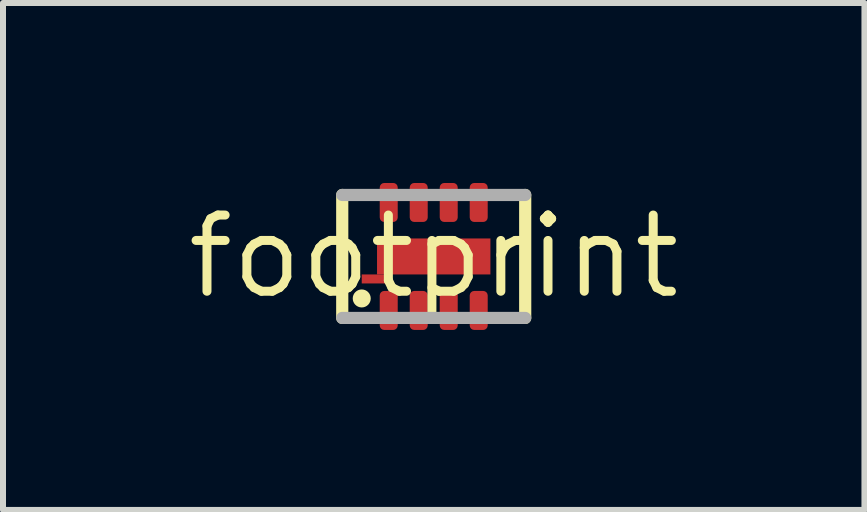
<source format=kicad_pcb>
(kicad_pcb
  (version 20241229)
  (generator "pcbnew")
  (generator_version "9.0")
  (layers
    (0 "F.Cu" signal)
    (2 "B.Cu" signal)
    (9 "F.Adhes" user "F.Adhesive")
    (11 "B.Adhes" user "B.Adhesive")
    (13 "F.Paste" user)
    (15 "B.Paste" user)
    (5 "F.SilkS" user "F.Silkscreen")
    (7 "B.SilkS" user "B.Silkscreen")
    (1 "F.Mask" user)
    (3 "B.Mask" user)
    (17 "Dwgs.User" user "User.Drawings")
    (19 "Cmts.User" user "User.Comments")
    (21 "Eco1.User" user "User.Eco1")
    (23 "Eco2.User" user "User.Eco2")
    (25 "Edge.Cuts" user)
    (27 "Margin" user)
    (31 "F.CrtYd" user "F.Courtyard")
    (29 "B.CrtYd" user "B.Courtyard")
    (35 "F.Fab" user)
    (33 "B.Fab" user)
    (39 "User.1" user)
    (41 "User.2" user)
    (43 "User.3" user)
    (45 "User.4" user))
  (footprint "footprint"
    (layer "F.Cu")
    (at 4.18 1.225)
    (property "Reference" "footprint" (at 0 0 0) (layer "F.SilkS") (effects (font (size 1.27 1.27) (thickness 0.15))))
    (fp_poly (pts (xy -1.225 0.475) (xy -0.775 0.475) (xy -0.775 0.275) (xy -1.225 0.275)) (stroke (width 0) (type solid)) (fill yes) (layer "F.Mask"))
    (fp_poly (pts (xy -0.975 0.325) (xy 0.975 0.325) (xy 0.975 -0.325) (xy -0.975 -0.325)) (stroke (width 0) (type solid)) (fill yes) (layer "F.Mask"))
    (fp_poly (pts (xy -0.9 1.225) (xy -0.6 1.225) (xy -0.6 0.575) (xy -0.9 0.575)) (stroke (width 0) (type solid)) (fill yes) (layer "F.Mask"))
    (fp_poly (pts (xy -0.6 -1.225) (xy -0.9 -1.225) (xy -0.9 -0.575) (xy -0.6 -0.575)) (stroke (width 0) (type solid)) (fill yes) (layer "F.Mask"))
    (fp_poly (pts (xy -0.4 1.225) (xy -0.1 1.225) (xy -0.1 0.575) (xy -0.4 0.575)) (stroke (width 0) (type solid)) (fill yes) (layer "F.Mask"))
    (fp_poly (pts (xy -0.1 -1.225) (xy -0.4 -1.225) (xy -0.4 -0.575) (xy -0.1 -0.575)) (stroke (width 0) (type solid)) (fill yes) (layer "F.Mask"))
    (fp_poly (pts (xy 0.1 1.225) (xy 0.4 1.225) (xy 0.4 0.575) (xy 0.1 0.575)) (stroke (width 0) (type solid)) (fill yes) (layer "F.Mask"))
    (fp_poly (pts (xy 0.4 -1.225) (xy 0.1 -1.225) (xy 0.1 -0.575) (xy 0.4 -0.575)) (stroke (width 0) (type solid)) (fill yes) (layer "F.Mask"))
    (fp_poly (pts (xy 0.6 1.225) (xy 0.9 1.225) (xy 0.9 0.575) (xy 0.6 0.575)) (stroke (width 0) (type solid)) (fill yes) (layer "F.Mask"))
    (fp_poly (pts (xy 0.9 -1.225) (xy 0.6 -1.225) (xy 0.6 -0.575) (xy 0.9 -0.575)) (stroke (width 0) (type solid)) (fill yes) (layer "F.Mask"))
    (fp_line (start -1.525 -1.025) (end -1.525 1.025) (stroke (width 0.203) (type solid)) (layer "F.SilkS"))
    (fp_line (start 1.525 1.025) (end 1.525 -1.025) (stroke (width 0.203) (type solid)) (layer "F.SilkS"))
    (fp_circle (center -1.2 0.7) (end -1.125 0.7) (stroke (width 0.15) (type solid)) (fill yes) (layer "F.SilkS"))
    (fp_poly (pts (xy -1.175 0.425) (xy -0.825 0.425) (xy -0.825 0.325) (xy -1.175 0.325)) (stroke (width 0) (type solid)) (fill yes) (layer "F.Paste"))
    (fp_poly (pts (xy -0.9 0.25) (xy 0.9 0.25) (xy 0.9 -0.25) (xy -0.9 -0.25)) (stroke (width 0) (type solid)) (fill yes) (layer "F.Paste"))
    (fp_poly (pts (xy -0.9 0.35) (xy -0.825 0.35) (xy -0.825 0.225) (xy -0.9 0.225)) (stroke (width 0) (type solid)) (fill yes) (layer "F.Paste"))
    (fp_poly (pts (xy -0.875 1.175) (xy -0.625 1.175) (xy -0.625 0.625) (xy -0.875 0.625)) (stroke (width 0) (type solid)) (fill yes) (layer "F.Paste"))
    (fp_poly (pts (xy -0.625 -1.175) (xy -0.875 -1.175) (xy -0.875 -0.625) (xy -0.625 -0.625)) (stroke (width 0) (type solid)) (fill yes) (layer "F.Paste"))
    (fp_poly (pts (xy -0.375 1.175) (xy -0.125 1.175) (xy -0.125 0.625) (xy -0.375 0.625)) (stroke (width 0) (type solid)) (fill yes) (layer "F.Paste"))
    (fp_poly (pts (xy -0.125 -1.175) (xy -0.375 -1.175) (xy -0.375 -0.625) (xy -0.125 -0.625)) (stroke (width 0) (type solid)) (fill yes) (layer "F.Paste"))
    (fp_poly (pts (xy 0.125 1.175) (xy 0.375 1.175) (xy 0.375 0.625) (xy 0.125 0.625)) (stroke (width 0) (type solid)) (fill yes) (layer "F.Paste"))
    (fp_poly (pts (xy 0.375 -1.175) (xy 0.125 -1.175) (xy 0.125 -0.625) (xy 0.375 -0.625)) (stroke (width 0) (type solid)) (fill yes) (layer "F.Paste"))
    (fp_poly (pts (xy 0.625 1.175) (xy 0.875 1.175) (xy 0.875 0.625) (xy 0.625 0.625)) (stroke (width 0) (type solid)) (fill yes) (layer "F.Paste"))
    (fp_poly (pts (xy 0.875 -1.175) (xy 0.625 -1.175) (xy 0.625 -0.625) (xy 0.875 -0.625)) (stroke (width 0) (type solid)) (fill yes) (layer "F.Paste"))
    (fp_line (start -1.525 1.025) (end 1.525 1.025) (stroke (width 0.203) (type solid)) (layer "F.Fab"))
    (fp_line (start 1.525 -1.025) (end -1.525 -1.025) (stroke (width 0.203) (type solid)) (layer "F.Fab"))
    (pad "1" smd roundrect (at -0.75 0.9) (size 0.3 0.65) (layers "F.Cu") (roundrect_rratio 0.25))
    (pad "2" smd roundrect (at -0.25 0.9) (size 0.3 0.65) (layers "F.Cu") (roundrect_rratio 0.25))
    (pad "3" smd roundrect (at 0.25 0.9) (size 0.3 0.65) (layers "F.Cu") (roundrect_rratio 0.25))
    (pad "4" smd roundrect (at 0.75 0.9) (size 0.3 0.65) (layers "F.Cu") (roundrect_rratio 0.25))
    (pad "5" smd roundrect (at 0.75 -0.9 180) (size 0.3 0.65) (layers "F.Cu") (roundrect_rratio 0.25))
    (pad "6" smd roundrect (at 0.25 -0.9 180) (size 0.3 0.65) (layers "F.Cu") (roundrect_rratio 0.25))
    (pad "7" smd roundrect (at -0.25 -0.9 180) (size 0.3 0.65) (layers "F.Cu") (roundrect_rratio 0.25))
    (pad "8" smd roundrect (at -0.75 -0.9 180) (size 0.3 0.65) (layers "F.Cu") (roundrect_rratio 0.25))
    (pad "EXP@1" smd rect (at -1 0.375) (size 0.4 0.15) (layers "F.Cu"))
    (pad "EXP@2" smd rect (at 0 0) (size 1.89 0.6) (layers "F.Cu")))
  (gr_rect
    (start -3 -3)
    (end 11.36 5.45)
    (stroke (width 0.1) (type default))
    (fill no)
    (layer "Edge.Cuts")))
</source>
